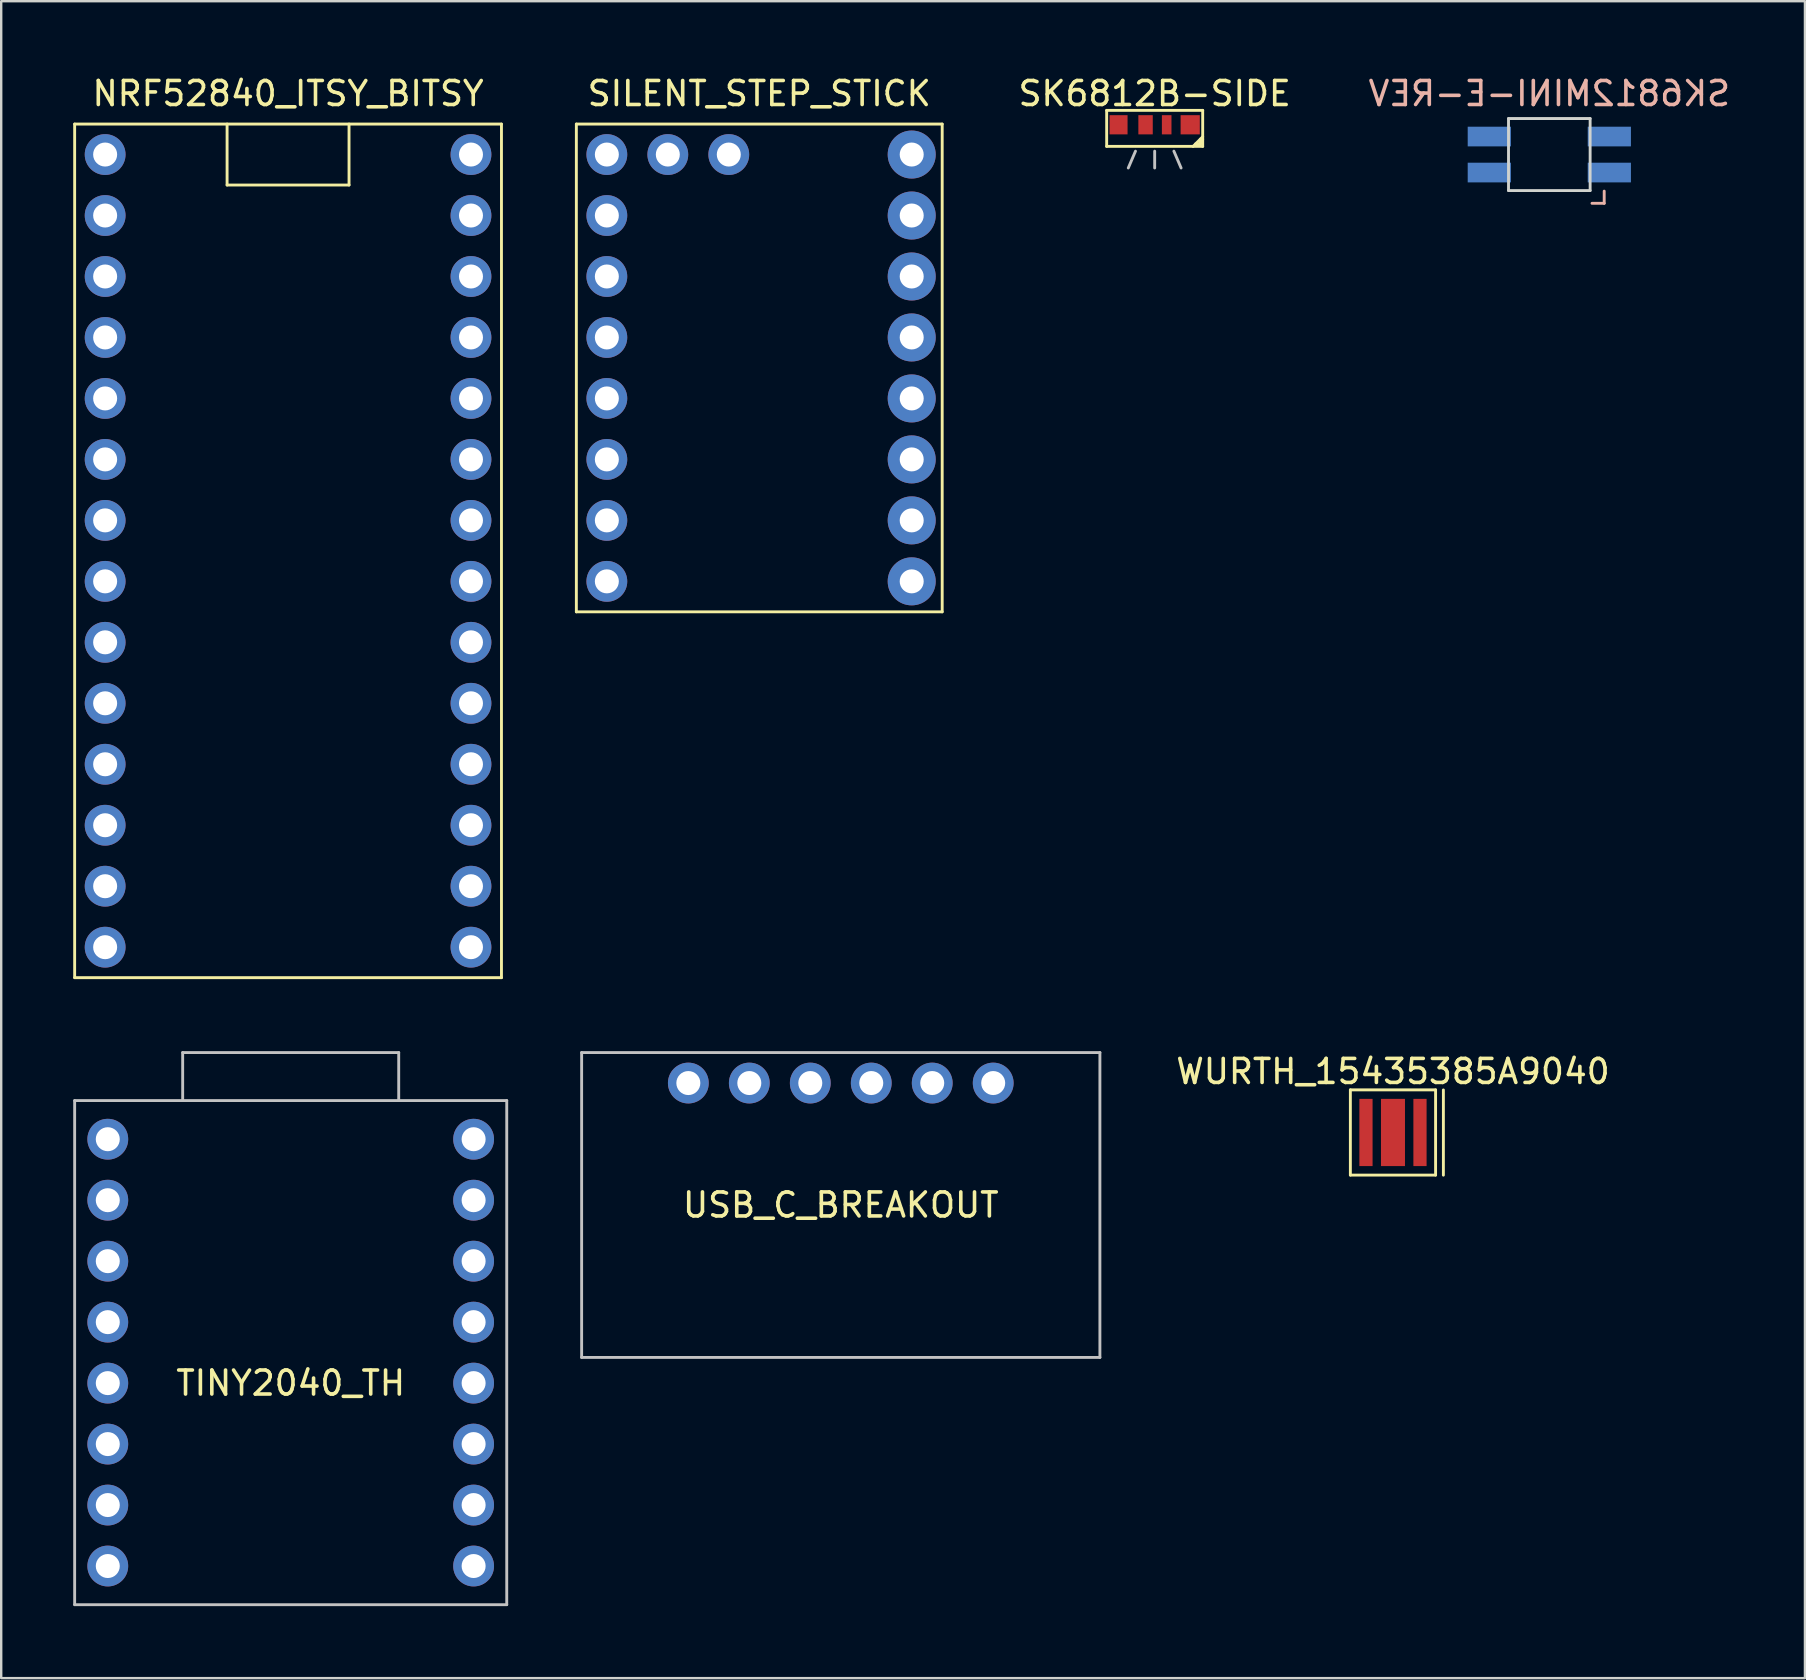
<source format=kicad_pcb>
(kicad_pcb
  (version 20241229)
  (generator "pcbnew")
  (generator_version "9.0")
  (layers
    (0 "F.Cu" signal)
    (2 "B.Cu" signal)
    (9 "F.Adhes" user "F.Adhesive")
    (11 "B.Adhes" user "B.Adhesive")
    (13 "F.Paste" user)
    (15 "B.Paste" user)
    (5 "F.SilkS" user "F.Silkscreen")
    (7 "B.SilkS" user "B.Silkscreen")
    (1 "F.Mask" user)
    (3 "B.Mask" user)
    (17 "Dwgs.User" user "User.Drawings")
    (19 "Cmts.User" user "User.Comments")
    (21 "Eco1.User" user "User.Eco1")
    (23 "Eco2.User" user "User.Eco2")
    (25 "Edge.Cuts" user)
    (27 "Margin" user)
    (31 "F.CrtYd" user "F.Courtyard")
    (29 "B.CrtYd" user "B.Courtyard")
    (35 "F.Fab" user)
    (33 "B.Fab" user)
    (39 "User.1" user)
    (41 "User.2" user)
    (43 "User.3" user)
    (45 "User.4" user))
  (footprint "SK6812MINI-E-REV"
    (layer "F.Cu")
    (at 61.492 3.388)
    (property "Reference" "SK6812MINI-E-REV" (at 0 -2.54 0) (layer "B.SilkS") (effects (font (size 1 1) (thickness 0.15)) (justify mirror)))
    (attr through_hole)
    (fp_line (start 2.286 1.524) (end 2.286 2.032) (stroke (width 0.12) (type solid)) (layer "B.SilkS"))
    (fp_line (start 2.286 2.032) (end 1.778 2.032) (stroke (width 0.12) (type solid)) (layer "B.SilkS"))
    (fp_line (start -1.7 -1.5) (end -1.7 1.5) (stroke (width 0.12) (type solid)) (layer "Edge.Cuts"))
    (fp_line (start -1.7 -1.5) (end 1.7 -1.5) (stroke (width 0.12) (type solid)) (layer "Edge.Cuts"))
    (fp_line (start -1.7 1.5) (end 1.7 1.5) (stroke (width 0.12) (type solid)) (layer "Edge.Cuts"))
    (fp_line (start 1.7 -1.5) (end 1.7 1.5) (stroke (width 0.12) (type solid)) (layer "Edge.Cuts"))
    (pad "1" smd rect (at -2.5 -0.75) (size 1.8 0.82) (layers "B.Cu" "B.Mask" "B.Paste"))
    (pad "2" smd rect (at -2.5 0.75) (size 1.8 0.82) (layers "B.Cu" "B.Mask" "B.Paste"))
    (pad "3" smd rect (at 2.5 0.75) (size 1.8 0.82) (layers "B.Cu" "B.Mask" "B.Paste"))
    (pad "4" smd rect (at 2.5 -0.75) (size 1.8 0.82) (layers "B.Cu" "B.Mask" "B.Paste")))
  (footprint "SK6812B-SIDE"
    (layer "F.Cu")
    (at 45.052 1.548)
    (property "Reference" "SK6812B-SIDE" (at 0 -0.7 0) (layer "F.SilkS") (effects (font (size 1 1) (thickness 0.15))))
    (attr through_hole)
    (fp_line (start -2 0) (end -2 1.5) (stroke (width 0.12) (type solid)) (layer "F.SilkS"))
    (fp_line (start -2 0) (end 2 0) (stroke (width 0.12) (type solid)) (layer "F.SilkS"))
    (fp_line (start 1.7 1.4) (end 1.9 1.4) (stroke (width 0.12) (type solid)) (layer "F.SilkS"))
    (fp_line (start 1.9 1.2) (end 1.9 1.4) (stroke (width 0.12) (type solid)) (layer "F.SilkS"))
    (fp_line (start 1.9 1.4) (end 2 1.2) (stroke (width 0.12) (type solid)) (layer "F.SilkS"))
    (fp_line (start 2 0) (end 2 1.5) (stroke (width 0.12) (type solid)) (layer "F.SilkS"))
    (fp_line (start 2 1.1) (end 1.6 1.5) (stroke (width 0.12) (type solid)) (layer "F.SilkS"))
    (fp_line (start 2 1.5) (end -2 1.5) (stroke (width 0.12) (type solid)) (layer "F.SilkS"))
    (fp_line (start -0.8 1.7) (end -1.1 2.4) (stroke (width 0.12) (type solid)) (layer "Dwgs.User"))
    (fp_line (start 0 1.7) (end 0 2.4) (stroke (width 0.12) (type solid)) (layer "Dwgs.User"))
    (fp_line (start 0.8 1.7) (end 1.1 2.4) (stroke (width 0.12) (type solid)) (layer "Dwgs.User"))
    (pad "1" smd rect (at -0.38 0.6) (size 0.6 0.8) (layers "F.Cu" "F.Mask" "F.Paste"))
    (pad "2" smd rect (at 0.5 0.6) (size 0.4 0.8) (layers "F.Cu" "F.Mask" "F.Paste"))
    (pad "3" smd rect (at 1.48 0.6) (size 0.8 0.8) (layers "F.Cu" "F.Mask" "F.Paste"))
    (pad "4" smd rect (at -1.505 0.6) (size 0.75 0.8) (layers "F.Cu" "F.Mask" "F.Paste")))
  (footprint "USB_C_BREAKOUT"
    (layer "F.Cu")
    (at 31.975 42.068)
    (property "Reference" "USB_C_BREAKOUT" (at 0 5.08 0) (layer "F.SilkS") (effects (font (size 1 1) (thickness 0.15))))
    (attr through_hole)
    (fp_line (start -10.795 -1.27) (end -10.795 11.43) (stroke (width 0.12) (type solid)) (layer "Dwgs.User"))
    (fp_line (start -10.795 -1.27) (end 10.795 -1.27) (stroke (width 0.12) (type solid)) (layer "Dwgs.User"))
    (fp_line (start -10.795 11.43) (end 10.795 11.43) (stroke (width 0.12) (type solid)) (layer "Dwgs.User"))
    (fp_line (start 10.795 -1.27) (end 10.795 11.43) (stroke (width 0.12) (type solid)) (layer "Dwgs.User"))
    (pad "1" thru_hole circle (at -6.35 0) (size 1.7 1.7) (drill 1) (layers "*.Cu" "*.Mask"))
    (pad "2" thru_hole circle (at -3.81 0) (size 1.7 1.7) (drill 1) (layers "*.Cu" "*.Mask"))
    (pad "3" thru_hole circle (at -1.27 0) (size 1.7 1.7) (drill 1) (layers "*.Cu" "*.Mask"))
    (pad "4" thru_hole circle (at 1.27 0) (size 1.7 1.7) (drill 1) (layers "*.Cu" "*.Mask"))
    (pad "5" thru_hole circle (at 3.81 0) (size 1.7 1.7) (drill 1) (layers "*.Cu" "*.Mask"))
    (pad "6" thru_hole circle (at 6.35 0) (size 1.7 1.7) (drill 1) (layers "*.Cu" "*.Mask")))
  (footprint "WURTH_15435385A9040"
    (layer "F.Cu")
    (at 54.979 44.127)
    (property "Reference" "WURTH_15435385A9040" (at 0 -2.54 0) (layer "F.SilkS") (effects (font (size 1 1) (thickness 0.15))))
    (attr through_hole)
    (fp_line (start -1.775 -1.775) (end -1.775 1.775) (stroke (width 0.12) (type solid)) (layer "F.SilkS"))
    (fp_line (start -1.775 -1.775) (end 1.775 -1.775) (stroke (width 0.12) (type solid)) (layer "F.SilkS"))
    (fp_line (start -1.775 1.775) (end 1.775 1.775) (stroke (width 0.12) (type solid)) (layer "F.SilkS"))
    (fp_line (start 1.775 1.775) (end 1.775 -1.775) (stroke (width 0.12) (type solid)) (layer "F.SilkS"))
    (fp_line (start 2.1 -1.772) (end 2.1 1.778) (stroke (width 0.12) (type solid)) (layer "F.SilkS"))
    (pad "1" smd rect (at 1.125 0) (size 0.55 2.8) (layers "F.Cu" "F.Mask" "F.Paste"))
    (pad "2" smd rect (at -1.125 0) (size 0.55 2.8) (layers "F.Cu" "F.Mask" "F.Paste"))
    (pad "2" smd rect (at 0 0) (size 1 2.8) (layers "F.Cu" "F.Mask" "F.Paste")))
  (footprint "TINY2040_TH"
    (layer "F.Cu")
    (at 9.06 44.408)
    (property "Reference" "TINY2040_TH" (at 0 10.16 0) (layer "F.SilkS") (effects (font (size 1 1) (thickness 0.15))))
    (attr through_hole)
    (fp_line (start -9 -1.61) (end -9 19.39) (stroke (width 0.12) (type solid)) (layer "Dwgs.User"))
    (fp_line (start -9 19.39) (end 9 19.39) (stroke (width 0.12) (type solid)) (layer "Dwgs.User"))
    (fp_line (start -4.5 -1.61) (end -4.5 -3.61) (stroke (width 0.12) (type solid)) (layer "Dwgs.User"))
    (fp_line (start 4.5 -3.61) (end -4.5 -3.61) (stroke (width 0.12) (type solid)) (layer "Dwgs.User"))
    (fp_line (start 4.5 -3.61) (end 4.5 -1.61) (stroke (width 0.12) (type solid)) (layer "Dwgs.User"))
    (fp_line (start 9 -1.61) (end -9 -1.61) (stroke (width 0.12) (type solid)) (layer "Dwgs.User"))
    (fp_line (start 9 19.39) (end 9 -1.61) (stroke (width 0.12) (type solid)) (layer "Dwgs.User"))
    (pad "1" thru_hole circle (at -7.62 0) (size 1.7 1.7) (drill 1) (layers "*.Cu" "*.Mask"))
    (pad "2" thru_hole circle (at -7.62 2.54) (size 1.7 1.7) (drill 1) (layers "*.Cu" "*.Mask"))
    (pad "3" thru_hole circle (at -7.62 5.08) (size 1.7 1.7) (drill 1) (layers "*.Cu" "*.Mask"))
    (pad "4" thru_hole circle (at -7.62 7.62) (size 1.7 1.7) (drill 1) (layers "*.Cu" "*.Mask"))
    (pad "5" thru_hole circle (at -7.62 10.16) (size 1.7 1.7) (drill 1) (layers "*.Cu" "*.Mask"))
    (pad "6" thru_hole circle (at -7.62 12.7) (size 1.7 1.7) (drill 1) (layers "*.Cu" "*.Mask"))
    (pad "7" thru_hole circle (at -7.62 15.24) (size 1.7 1.7) (drill 1) (layers "*.Cu" "*.Mask"))
    (pad "8" thru_hole circle (at -7.62 17.78) (size 1.7 1.7) (drill 1) (layers "*.Cu" "*.Mask"))
    (pad "9" thru_hole circle (at 7.62 17.78) (size 1.7 1.7) (drill 1) (layers "*.Cu" "*.Mask"))
    (pad "10" thru_hole circle (at 7.62 15.24) (size 1.7 1.7) (drill 1) (layers "*.Cu" "*.Mask"))
    (pad "11" thru_hole circle (at 7.62 12.7) (size 1.7 1.7) (drill 1) (layers "*.Cu" "*.Mask"))
    (pad "12" thru_hole circle (at 7.62 10.16) (size 1.7 1.7) (drill 1) (layers "*.Cu" "*.Mask"))
    (pad "13" thru_hole circle (at 7.62 7.62) (size 1.7 1.7) (drill 1) (layers "*.Cu" "*.Mask"))
    (pad "14" thru_hole circle (at 7.62 5.08) (size 1.7 1.7) (drill 1) (layers "*.Cu" "*.Mask"))
    (pad "15" thru_hole circle (at 7.62 2.54) (size 1.7 1.7) (drill 1) (layers "*.Cu" "*.Mask"))
    (pad "16" thru_hole circle (at 7.62 0) (size 1.7 1.7) (drill 1) (layers "*.Cu" "*.Mask")))
  (footprint "SILENT_STEP_STICK"
    (layer "F.Cu")
    (at 28.58 3.388)
    (property "Reference" "SILENT_STEP_STICK" (at 0 -2.54 0) (layer "F.SilkS") (effects (font (size 1 1) (thickness 0.15))))
    (attr through_hole)
    (fp_line (start -7.62 -1.27) (end 7.62 -1.27) (stroke (width 0.12) (type solid)) (layer "F.SilkS"))
    (fp_line (start -7.62 19.05) (end -7.62 -1.27) (stroke (width 0.12) (type solid)) (layer "F.SilkS"))
    (fp_line (start 7.62 -1.27) (end 7.62 19.05) (stroke (width 0.12) (type solid)) (layer "F.SilkS"))
    (fp_line (start 7.62 19.05) (end -7.62 19.05) (stroke (width 0.12) (type solid)) (layer "F.SilkS"))
    (pad "1" thru_hole circle (at -6.35 0) (size 1.7 1.7) (drill 1) (layers "*.Cu" "*.Mask"))
    (pad "2" thru_hole circle (at -6.35 2.54) (size 1.7 1.7) (drill 1) (layers "*.Cu" "*.Mask"))
    (pad "3" thru_hole circle (at -6.35 5.08) (size 1.7 1.7) (drill 1) (layers "*.Cu" "*.Mask"))
    (pad "4" thru_hole circle (at -6.35 7.62) (size 1.7 1.7) (drill 1) (layers "*.Cu" "*.Mask"))
    (pad "5" thru_hole circle (at -6.35 10.16) (size 1.7 1.7) (drill 1) (layers "*.Cu" "*.Mask"))
    (pad "6" thru_hole circle (at -6.35 12.7) (size 1.7 1.7) (drill 1) (layers "*.Cu" "*.Mask"))
    (pad "7" thru_hole circle (at -6.35 15.24) (size 1.7 1.7) (drill 1) (layers "*.Cu" "*.Mask"))
    (pad "8" thru_hole circle (at -6.35 17.78) (size 1.7 1.7) (drill 1) (layers "*.Cu" "*.Mask"))
    (pad "9" thru_hole circle (at 6.35 17.78) (size 2 2) (drill 1) (layers "*.Cu" "*.Mask"))
    (pad "10" thru_hole circle (at 6.35 15.24) (size 2 2) (drill 1) (layers "*.Cu" "*.Mask"))
    (pad "11" thru_hole circle (at 6.35 12.7) (size 2 2) (drill 1) (layers "*.Cu" "*.Mask"))
    (pad "12" thru_hole circle (at 6.35 10.16) (size 2 2) (drill 1) (layers "*.Cu" "*.Mask"))
    (pad "13" thru_hole circle (at 6.35 7.62) (size 2 2) (drill 1) (layers "*.Cu" "*.Mask"))
    (pad "14" thru_hole circle (at 6.35 5.08) (size 2 2) (drill 1) (layers "*.Cu" "*.Mask"))
    (pad "15" thru_hole circle (at 6.35 2.54) (size 2 2) (drill 1) (layers "*.Cu" "*.Mask"))
    (pad "16" thru_hole circle (at 6.35 0) (size 2 2) (drill 1) (layers "*.Cu" "*.Mask"))
    (pad "17" thru_hole circle (at -3.81 0) (size 1.7 1.7) (drill 1) (layers "*.Cu" "*.Mask"))
    (pad "18" thru_hole circle (at -1.27 0) (size 1.7 1.7) (drill 1) (layers "*.Cu" "*.Mask")))
  (footprint "NRF52840_ITSY_BITSY"
    (layer "F.Cu")
    (at 8.95 3.388)
    (property "Reference" "NRF52840_ITSY_BITSY" (at 0 -2.54 0) (layer "F.SilkS") (effects (font (size 1 1) (thickness 0.15))))
    (attr through_hole)
    (fp_line (start -8.89 -1.27) (end 8.89 -1.27) (stroke (width 0.12) (type solid)) (layer "F.SilkS"))
    (fp_line (start -8.89 34.29) (end -8.89 -1.27) (stroke (width 0.12) (type solid)) (layer "F.SilkS"))
    (fp_line (start -2.54 -1.27) (end -2.54 1.27) (stroke (width 0.12) (type solid)) (layer "F.SilkS"))
    (fp_line (start -2.54 1.27) (end 2.54 1.27) (stroke (width 0.12) (type solid)) (layer "F.SilkS"))
    (fp_line (start 2.54 1.27) (end 2.54 -1.27) (stroke (width 0.12) (type solid)) (layer "F.SilkS"))
    (fp_line (start 8.89 -1.27) (end 8.89 34.29) (stroke (width 0.12) (type solid)) (layer "F.SilkS"))
    (fp_line (start 8.89 34.29) (end -8.89 34.29) (stroke (width 0.12) (type solid)) (layer "F.SilkS"))
    (pad "1" thru_hole circle (at -7.62 0) (size 1.7 1.7) (drill 1) (layers "*.Cu" "*.Mask"))
    (pad "2" thru_hole circle (at -7.62 2.54) (size 1.7 1.7) (drill 1) (layers "*.Cu" "*.Mask"))
    (pad "3" thru_hole circle (at -7.62 5.08) (size 1.7 1.7) (drill 1) (layers "*.Cu" "*.Mask"))
    (pad "4" thru_hole circle (at -7.62 7.62) (size 1.7 1.7) (drill 1) (layers "*.Cu" "*.Mask"))
    (pad "5" thru_hole circle (at -7.62 10.16) (size 1.7 1.7) (drill 1) (layers "*.Cu" "*.Mask"))
    (pad "6" thru_hole circle (at -7.62 12.7) (size 1.7 1.7) (drill 1) (layers "*.Cu" "*.Mask"))
    (pad "7" thru_hole circle (at -7.62 15.24) (size 1.7 1.7) (drill 1) (layers "*.Cu" "*.Mask"))
    (pad "8" thru_hole circle (at -7.62 17.78) (size 1.7 1.7) (drill 1) (layers "*.Cu" "*.Mask"))
    (pad "9" thru_hole circle (at -7.62 20.32) (size 1.7 1.7) (drill 1) (layers "*.Cu" "*.Mask"))
    (pad "10" thru_hole circle (at -7.62 22.86) (size 1.7 1.7) (drill 1) (layers "*.Cu" "*.Mask"))
    (pad "11" thru_hole circle (at -7.62 25.4) (size 1.7 1.7) (drill 1) (layers "*.Cu" "*.Mask"))
    (pad "12" thru_hole circle (at -7.62 27.94) (size 1.7 1.7) (drill 1) (layers "*.Cu" "*.Mask"))
    (pad "13" thru_hole circle (at -7.62 30.48) (size 1.7 1.7) (drill 1) (layers "*.Cu" "*.Mask"))
    (pad "14" thru_hole circle (at -7.62 33.02) (size 1.7 1.7) (drill 1) (layers "*.Cu" "*.Mask"))
    (pad "15" thru_hole circle (at 7.62 33.02) (size 1.7 1.7) (drill 1) (layers "*.Cu" "*.Mask"))
    (pad "16" thru_hole circle (at 7.62 30.48) (size 1.7 1.7) (drill 1) (layers "*.Cu" "*.Mask"))
    (pad "17" thru_hole circle (at 7.62 27.94) (size 1.7 1.7) (drill 1) (layers "*.Cu" "*.Mask"))
    (pad "18" thru_hole circle (at 7.62 25.4) (size 1.7 1.7) (drill 1) (layers "*.Cu" "*.Mask"))
    (pad "19" thru_hole circle (at 7.62 22.86) (size 1.7 1.7) (drill 1) (layers "*.Cu" "*.Mask"))
    (pad "20" thru_hole circle (at 7.62 20.32) (size 1.7 1.7) (drill 1) (layers "*.Cu" "*.Mask"))
    (pad "21" thru_hole circle (at 7.62 17.78) (size 1.7 1.7) (drill 1) (layers "*.Cu" "*.Mask"))
    (pad "22" thru_hole circle (at 7.62 15.24) (size 1.7 1.7) (drill 1) (layers "*.Cu" "*.Mask"))
    (pad "23" thru_hole circle (at 7.62 12.7) (size 1.7 1.7) (drill 1) (layers "*.Cu" "*.Mask"))
    (pad "24" thru_hole circle (at 7.62 10.16) (size 1.7 1.7) (drill 1) (layers "*.Cu" "*.Mask"))
    (pad "25" thru_hole circle (at 7.62 7.62) (size 1.7 1.7) (drill 1) (layers "*.Cu" "*.Mask"))
    (pad "26" thru_hole circle (at 7.62 5.08) (size 1.7 1.7) (drill 1) (layers "*.Cu" "*.Mask"))
    (pad "27" thru_hole circle (at 7.62 2.54) (size 1.7 1.7) (drill 1) (layers "*.Cu" "*.Mask"))
    (pad "28" thru_hole circle (at 7.62 0) (size 1.7 1.7) (drill 1) (layers "*.Cu" "*.Mask")))
  (gr_rect
    (start -3 -3)
    (end 72.141 66.858)
    (stroke (width 0.1) (type default))
    (fill no)
    (layer "Edge.Cuts")))
</source>
